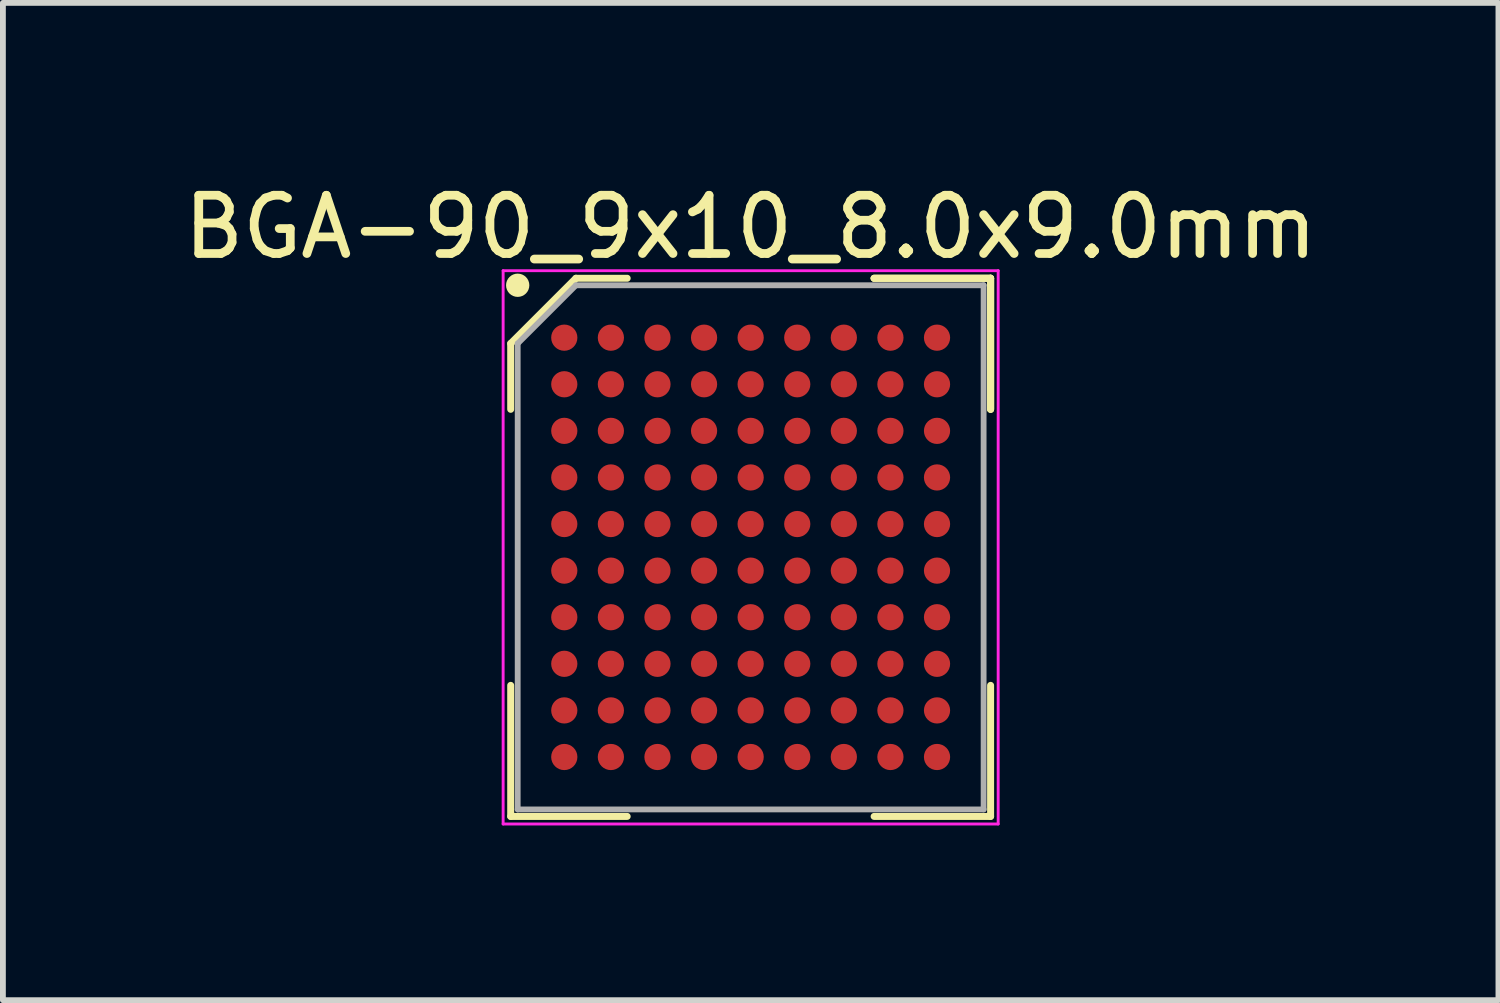
<source format=kicad_pcb>
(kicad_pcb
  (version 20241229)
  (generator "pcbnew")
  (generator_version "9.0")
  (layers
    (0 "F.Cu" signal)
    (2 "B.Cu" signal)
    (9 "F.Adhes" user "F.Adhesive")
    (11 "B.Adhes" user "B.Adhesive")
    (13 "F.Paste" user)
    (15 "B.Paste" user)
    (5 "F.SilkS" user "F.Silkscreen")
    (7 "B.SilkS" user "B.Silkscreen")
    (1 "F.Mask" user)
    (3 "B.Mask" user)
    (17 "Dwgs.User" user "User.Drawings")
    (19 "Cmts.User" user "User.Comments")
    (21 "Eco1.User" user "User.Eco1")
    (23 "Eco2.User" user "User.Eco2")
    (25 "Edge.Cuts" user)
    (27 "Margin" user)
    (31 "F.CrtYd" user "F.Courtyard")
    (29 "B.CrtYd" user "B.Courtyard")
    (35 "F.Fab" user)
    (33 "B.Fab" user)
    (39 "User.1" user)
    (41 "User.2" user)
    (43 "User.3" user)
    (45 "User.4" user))
  (footprint "BGA-90_9x10_8.0x9.0mm"
    (layer "F.Cu")
    (at 9.839 6.348)
    (property "Reference" "BGA-90_9x10_8.0x9.0mm" (at 0 -5.5 0) (layer "F.SilkS") (effects (font (size 1 1) (thickness 0.15))))
    (attr smd)
    (fp_line (start -4.12 -3.5) (end -4.12 -2.37) (stroke (width 0.12) (type solid)) (layer "F.SilkS"))
    (fp_line (start -4.12 4.62) (end -4.12 2.37) (stroke (width 0.12) (type solid)) (layer "F.SilkS"))
    (fp_line (start -3 -4.62) (end -4.12 -3.5) (stroke (width 0.12) (type solid)) (layer "F.SilkS"))
    (fp_line (start -2.12 -4.62) (end -3 -4.62) (stroke (width 0.12) (type solid)) (layer "F.SilkS"))
    (fp_line (start -2.12 4.62) (end -4.12 4.62) (stroke (width 0.12) (type solid)) (layer "F.SilkS"))
    (fp_line (start 2.12 -4.62) (end 4.12 -4.62) (stroke (width 0.12) (type solid)) (layer "F.SilkS"))
    (fp_line (start 2.12 -4.62) (end 4.12 -4.62) (stroke (width 0.12) (type solid)) (layer "F.SilkS"))
    (fp_line (start 2.12 -4.62) (end 4.12 -4.62) (stroke (width 0.12) (type solid)) (layer "F.SilkS"))
    (fp_line (start 2.12 4.62) (end 4.12 4.62) (stroke (width 0.12) (type solid)) (layer "F.SilkS"))
    (fp_line (start 4.12 -4.62) (end 4.12 -2.37) (stroke (width 0.12) (type solid)) (layer "F.SilkS"))
    (fp_line (start 4.12 -4.62) (end 4.12 -2.37) (stroke (width 0.12) (type solid)) (layer "F.SilkS"))
    (fp_line (start 4.12 -4.62) (end 4.12 -2.37) (stroke (width 0.12) (type solid)) (layer "F.SilkS"))
    (fp_line (start 4.12 4.62) (end 4.12 2.37) (stroke (width 0.12) (type solid)) (layer "F.SilkS"))
    (fp_circle (center -4 -4.5) (end -4 -4.4) (stroke (width 0.2) (type solid)) (fill no) (layer "F.SilkS"))
    (fp_line (start -4.25 -4.75) (end 4.25 -4.75) (stroke (width 0.05) (type solid)) (layer "F.CrtYd"))
    (fp_line (start -4.25 4.75) (end -4.25 -4.75) (stroke (width 0.05) (type solid)) (layer "F.CrtYd"))
    (fp_line (start 4.25 -4.75) (end 4.25 4.75) (stroke (width 0.05) (type solid)) (layer "F.CrtYd"))
    (fp_line (start 4.25 4.75) (end -4.25 4.75) (stroke (width 0.05) (type solid)) (layer "F.CrtYd"))
    (fp_line (start -4 -3.5) (end -4 4.5) (stroke (width 0.1) (type solid)) (layer "F.Fab"))
    (fp_line (start -4 4.5) (end 4 4.5) (stroke (width 0.1) (type solid)) (layer "F.Fab"))
    (fp_line (start -3 -4.5) (end -4 -3.5) (stroke (width 0.1) (type solid)) (layer "F.Fab"))
    (fp_line (start 4 -4.5) (end -3 -4.5) (stroke (width 0.1) (type solid)) (layer "F.Fab"))
    (fp_line (start 4 4.5) (end 4 -4.5) (stroke (width 0.1) (type solid)) (layer "F.Fab"))
    (pad "A1" smd circle (at -3.2 -3.6) (size 0.45 0.45) (layers "F.Cu" "F.Mask" "F.Paste"))
    (pad "A2" smd circle (at -2.4 -3.6) (size 0.45 0.45) (layers "F.Cu" "F.Mask" "F.Paste"))
    (pad "A3" smd circle (at -1.6 -3.6) (size 0.45 0.45) (layers "F.Cu" "F.Mask" "F.Paste"))
    (pad "A4" smd circle (at -0.8 -3.6) (size 0.45 0.45) (layers "F.Cu" "F.Mask" "F.Paste"))
    (pad "A5" smd circle (at 0 -3.6) (size 0.45 0.45) (layers "F.Cu" "F.Mask" "F.Paste"))
    (pad "A6" smd circle (at 0.8 -3.6) (size 0.45 0.45) (layers "F.Cu" "F.Mask" "F.Paste"))
    (pad "A7" smd circle (at 1.6 -3.6) (size 0.45 0.45) (layers "F.Cu" "F.Mask" "F.Paste"))
    (pad "A8" smd circle (at 2.4 -3.6) (size 0.45 0.45) (layers "F.Cu" "F.Mask" "F.Paste"))
    (pad "A9" smd circle (at 3.2 -3.6) (size 0.45 0.45) (layers "F.Cu" "F.Mask" "F.Paste"))
    (pad "B1" smd circle (at -3.2 -2.8) (size 0.45 0.45) (layers "F.Cu" "F.Mask" "F.Paste"))
    (pad "B2" smd circle (at -2.4 -2.8) (size 0.45 0.45) (layers "F.Cu" "F.Mask" "F.Paste"))
    (pad "B3" smd circle (at -1.6 -2.8) (size 0.45 0.45) (layers "F.Cu" "F.Mask" "F.Paste"))
    (pad "B4" smd circle (at -0.8 -2.8) (size 0.45 0.45) (layers "F.Cu" "F.Mask" "F.Paste"))
    (pad "B5" smd circle (at 0 -2.8) (size 0.45 0.45) (layers "F.Cu" "F.Mask" "F.Paste"))
    (pad "B6" smd circle (at 0.8 -2.8) (size 0.45 0.45) (layers "F.Cu" "F.Mask" "F.Paste"))
    (pad "B7" smd circle (at 1.6 -2.8) (size 0.45 0.45) (layers "F.Cu" "F.Mask" "F.Paste"))
    (pad "B8" smd circle (at 2.4 -2.8) (size 0.45 0.45) (layers "F.Cu" "F.Mask" "F.Paste"))
    (pad "B9" smd circle (at 3.2 -2.8) (size 0.45 0.45) (layers "F.Cu" "F.Mask" "F.Paste"))
    (pad "C1" smd circle (at -3.2 -2) (size 0.45 0.45) (layers "F.Cu" "F.Mask" "F.Paste"))
    (pad "C2" smd circle (at -2.4 -2) (size 0.45 0.45) (layers "F.Cu" "F.Mask" "F.Paste"))
    (pad "C3" smd circle (at -1.6 -2) (size 0.45 0.45) (layers "F.Cu" "F.Mask" "F.Paste"))
    (pad "C4" smd circle (at -0.8 -2) (size 0.45 0.45) (layers "F.Cu" "F.Mask" "F.Paste"))
    (pad "C5" smd circle (at 0 -2) (size 0.45 0.45) (layers "F.Cu" "F.Mask" "F.Paste"))
    (pad "C6" smd circle (at 0.8 -2) (size 0.45 0.45) (layers "F.Cu" "F.Mask" "F.Paste"))
    (pad "C7" smd circle (at 1.6 -2) (size 0.45 0.45) (layers "F.Cu" "F.Mask" "F.Paste"))
    (pad "C8" smd circle (at 2.4 -2) (size 0.45 0.45) (layers "F.Cu" "F.Mask" "F.Paste"))
    (pad "C9" smd circle (at 3.2 -2) (size 0.45 0.45) (layers "F.Cu" "F.Mask" "F.Paste"))
    (pad "D1" smd circle (at -3.2 -1.2) (size 0.45 0.45) (layers "F.Cu" "F.Mask" "F.Paste"))
    (pad "D2" smd circle (at -2.4 -1.2) (size 0.45 0.45) (layers "F.Cu" "F.Mask" "F.Paste"))
    (pad "D3" smd circle (at -1.6 -1.2) (size 0.45 0.45) (layers "F.Cu" "F.Mask" "F.Paste"))
    (pad "D4" smd circle (at -0.8 -1.2) (size 0.45 0.45) (layers "F.Cu" "F.Mask" "F.Paste"))
    (pad "D5" smd circle (at 0 -1.2) (size 0.45 0.45) (layers "F.Cu" "F.Mask" "F.Paste"))
    (pad "D6" smd circle (at 0.8 -1.2) (size 0.45 0.45) (layers "F.Cu" "F.Mask" "F.Paste"))
    (pad "D7" smd circle (at 1.6 -1.2) (size 0.45 0.45) (layers "F.Cu" "F.Mask" "F.Paste"))
    (pad "D8" smd circle (at 2.4 -1.2) (size 0.45 0.45) (layers "F.Cu" "F.Mask" "F.Paste"))
    (pad "D9" smd circle (at 3.2 -1.2) (size 0.45 0.45) (layers "F.Cu" "F.Mask" "F.Paste"))
    (pad "E1" smd circle (at -3.2 -0.4) (size 0.45 0.45) (layers "F.Cu" "F.Mask" "F.Paste"))
    (pad "E2" smd circle (at -2.4 -0.4) (size 0.45 0.45) (layers "F.Cu" "F.Mask" "F.Paste"))
    (pad "E3" smd circle (at -1.6 -0.4) (size 0.45 0.45) (layers "F.Cu" "F.Mask" "F.Paste"))
    (pad "E4" smd circle (at -0.8 -0.4) (size 0.45 0.45) (layers "F.Cu" "F.Mask" "F.Paste"))
    (pad "E5" smd circle (at 0 -0.4) (size 0.45 0.45) (layers "F.Cu" "F.Mask" "F.Paste"))
    (pad "E6" smd circle (at 0.8 -0.4) (size 0.45 0.45) (layers "F.Cu" "F.Mask" "F.Paste"))
    (pad "E7" smd circle (at 1.6 -0.4) (size 0.45 0.45) (layers "F.Cu" "F.Mask" "F.Paste"))
    (pad "E8" smd circle (at 2.4 -0.4) (size 0.45 0.45) (layers "F.Cu" "F.Mask" "F.Paste"))
    (pad "E9" smd circle (at 3.2 -0.4) (size 0.45 0.45) (layers "F.Cu" "F.Mask" "F.Paste"))
    (pad "F1" smd circle (at -3.2 0.4) (size 0.45 0.45) (layers "F.Cu" "F.Mask" "F.Paste"))
    (pad "F2" smd circle (at -2.4 0.4) (size 0.45 0.45) (layers "F.Cu" "F.Mask" "F.Paste"))
    (pad "F3" smd circle (at -1.6 0.4) (size 0.45 0.45) (layers "F.Cu" "F.Mask" "F.Paste"))
    (pad "F4" smd circle (at -0.8 0.4) (size 0.45 0.45) (layers "F.Cu" "F.Mask" "F.Paste"))
    (pad "F5" smd circle (at 0 0.4) (size 0.45 0.45) (layers "F.Cu" "F.Mask" "F.Paste"))
    (pad "F6" smd circle (at 0.8 0.4) (size 0.45 0.45) (layers "F.Cu" "F.Mask" "F.Paste"))
    (pad "F7" smd circle (at 1.6 0.4) (size 0.45 0.45) (layers "F.Cu" "F.Mask" "F.Paste"))
    (pad "F8" smd circle (at 2.4 0.4) (size 0.45 0.45) (layers "F.Cu" "F.Mask" "F.Paste"))
    (pad "F9" smd circle (at 3.2 0.4) (size 0.45 0.45) (layers "F.Cu" "F.Mask" "F.Paste"))
    (pad "G1" smd circle (at -3.2 1.2) (size 0.45 0.45) (layers "F.Cu" "F.Mask" "F.Paste"))
    (pad "G2" smd circle (at -2.4 1.2) (size 0.45 0.45) (layers "F.Cu" "F.Mask" "F.Paste"))
    (pad "G3" smd circle (at -1.6 1.2) (size 0.45 0.45) (layers "F.Cu" "F.Mask" "F.Paste"))
    (pad "G4" smd circle (at -0.8 1.2) (size 0.45 0.45) (layers "F.Cu" "F.Mask" "F.Paste"))
    (pad "G5" smd circle (at 0 1.2) (size 0.45 0.45) (layers "F.Cu" "F.Mask" "F.Paste"))
    (pad "G6" smd circle (at 0.8 1.2) (size 0.45 0.45) (layers "F.Cu" "F.Mask" "F.Paste"))
    (pad "G7" smd circle (at 1.6 1.2) (size 0.45 0.45) (layers "F.Cu" "F.Mask" "F.Paste"))
    (pad "G8" smd circle (at 2.4 1.2) (size 0.45 0.45) (layers "F.Cu" "F.Mask" "F.Paste"))
    (pad "G9" smd circle (at 3.2 1.2) (size 0.45 0.45) (layers "F.Cu" "F.Mask" "F.Paste"))
    (pad "H1" smd circle (at -3.2 2) (size 0.45 0.45) (layers "F.Cu" "F.Mask" "F.Paste"))
    (pad "H2" smd circle (at -2.4 2) (size 0.45 0.45) (layers "F.Cu" "F.Mask" "F.Paste"))
    (pad "H3" smd circle (at -1.6 2) (size 0.45 0.45) (layers "F.Cu" "F.Mask" "F.Paste"))
    (pad "H4" smd circle (at -0.8 2) (size 0.45 0.45) (layers "F.Cu" "F.Mask" "F.Paste"))
    (pad "H5" smd circle (at 0 2) (size 0.45 0.45) (layers "F.Cu" "F.Mask" "F.Paste"))
    (pad "H6" smd circle (at 0.8 2) (size 0.45 0.45) (layers "F.Cu" "F.Mask" "F.Paste"))
    (pad "H7" smd circle (at 1.6 2) (size 0.45 0.45) (layers "F.Cu" "F.Mask" "F.Paste"))
    (pad "H8" smd circle (at 2.4 2) (size 0.45 0.45) (layers "F.Cu" "F.Mask" "F.Paste"))
    (pad "H9" smd circle (at 3.2 2) (size 0.45 0.45) (layers "F.Cu" "F.Mask" "F.Paste"))
    (pad "J1" smd circle (at -3.2 2.8) (size 0.45 0.45) (layers "F.Cu" "F.Mask" "F.Paste"))
    (pad "J2" smd circle (at -2.4 2.8) (size 0.45 0.45) (layers "F.Cu" "F.Mask" "F.Paste"))
    (pad "J3" smd circle (at -1.6 2.8) (size 0.45 0.45) (layers "F.Cu" "F.Mask" "F.Paste"))
    (pad "J4" smd circle (at -0.8 2.8) (size 0.45 0.45) (layers "F.Cu" "F.Mask" "F.Paste"))
    (pad "J5" smd circle (at 0 2.8) (size 0.45 0.45) (layers "F.Cu" "F.Mask" "F.Paste"))
    (pad "J6" smd circle (at 0.8 2.8) (size 0.45 0.45) (layers "F.Cu" "F.Mask" "F.Paste"))
    (pad "J7" smd circle (at 1.6 2.8) (size 0.45 0.45) (layers "F.Cu" "F.Mask" "F.Paste"))
    (pad "J8" smd circle (at 2.4 2.8) (size 0.45 0.45) (layers "F.Cu" "F.Mask" "F.Paste"))
    (pad "J9" smd circle (at 3.2 2.8) (size 0.45 0.45) (layers "F.Cu" "F.Mask" "F.Paste"))
    (pad "K1" smd circle (at -3.2 3.6) (size 0.45 0.45) (layers "F.Cu" "F.Mask" "F.Paste"))
    (pad "K2" smd circle (at -2.4 3.6) (size 0.45 0.45) (layers "F.Cu" "F.Mask" "F.Paste"))
    (pad "K3" smd circle (at -1.6 3.6) (size 0.45 0.45) (layers "F.Cu" "F.Mask" "F.Paste"))
    (pad "K4" smd circle (at -0.8 3.6) (size 0.45 0.45) (layers "F.Cu" "F.Mask" "F.Paste"))
    (pad "K5" smd circle (at 0 3.6) (size 0.45 0.45) (layers "F.Cu" "F.Mask" "F.Paste"))
    (pad "K6" smd circle (at 0.8 3.6) (size 0.45 0.45) (layers "F.Cu" "F.Mask" "F.Paste"))
    (pad "K7" smd circle (at 1.6 3.6) (size 0.45 0.45) (layers "F.Cu" "F.Mask" "F.Paste"))
    (pad "K8" smd circle (at 2.4 3.6) (size 0.45 0.45) (layers "F.Cu" "F.Mask" "F.Paste"))
    (pad "K9" smd circle (at 3.2 3.6) (size 0.45 0.45) (layers "F.Cu" "F.Mask" "F.Paste")))
  (gr_rect
    (start -3 -3)
    (end 22.679 14.123)
    (stroke (width 0.1) (type default))
    (fill no)
    (layer "Edge.Cuts")))
</source>
